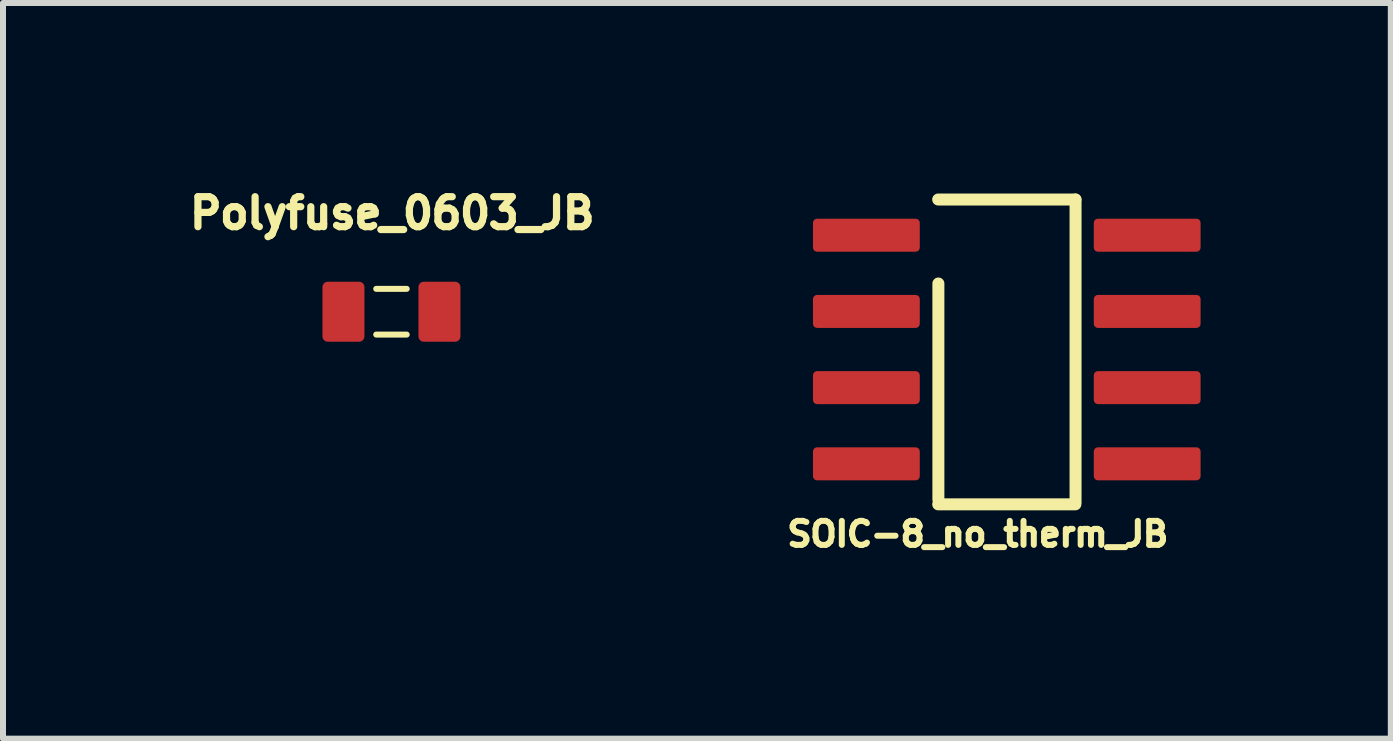
<source format=kicad_pcb>
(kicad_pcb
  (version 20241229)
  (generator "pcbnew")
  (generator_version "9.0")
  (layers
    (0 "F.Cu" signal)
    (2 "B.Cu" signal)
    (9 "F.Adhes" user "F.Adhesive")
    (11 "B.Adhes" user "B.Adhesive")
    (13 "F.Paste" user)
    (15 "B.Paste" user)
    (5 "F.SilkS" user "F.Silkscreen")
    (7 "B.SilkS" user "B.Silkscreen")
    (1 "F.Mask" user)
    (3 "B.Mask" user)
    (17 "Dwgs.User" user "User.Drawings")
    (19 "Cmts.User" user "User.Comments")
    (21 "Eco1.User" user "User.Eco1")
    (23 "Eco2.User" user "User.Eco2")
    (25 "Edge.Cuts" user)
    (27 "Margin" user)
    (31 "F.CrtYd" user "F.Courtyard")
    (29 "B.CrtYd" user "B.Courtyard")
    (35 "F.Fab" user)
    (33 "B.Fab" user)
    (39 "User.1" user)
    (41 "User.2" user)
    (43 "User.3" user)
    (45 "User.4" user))
  (footprint "SOIC-8_no_therm_JB"
    (layer "F.Cu")
    (at 13.729 2.775)
    (property "Reference" "SOIC-8_no_therm_JB" (at -0.483 3.076 0) (unlocked yes) (layer "F.SilkS") (effects (font (size 0.4 0.4) (thickness 0.1))))
    (fp_line (start -1.143 -2.5) (end 1.143 -2.5) (stroke (width 0.2) (type solid)) (layer "F.SilkS"))
    (fp_line (start -1.143 2.58) (end 1.143 2.58) (stroke (width 0.2) (type solid)) (layer "F.SilkS"))
    (fp_line (start -1.14 2.5) (end -1.14 -1.1) (stroke (width 0.2) (type solid)) (layer "F.SilkS"))
    (fp_line (start 1.146 2.54) (end 1.146 -2.5) (stroke (width 0.2) (type solid)) (layer "F.SilkS"))
    (fp_line (start -3.375 -2.75) (end 3.375 -2.75) (stroke (width 0.05) (type solid)) (layer "User.2"))
    (fp_line (start -3.375 2.75) (end -3.375 -2.75) (stroke (width 0.05) (type solid)) (layer "User.2"))
    (fp_line (start -3.375 2.75) (end 3.375 2.75) (stroke (width 0.05) (type solid)) (layer "User.2"))
    (fp_line (start 3.375 2.75) (end 3.375 -2.75) (stroke (width 0.05) (type solid)) (layer "User.2"))
    (fp_line (start -0.5 0) (end 0.5 0) (stroke (width 0.1) (type solid)) (layer "User.3"))
    (fp_line (start 0 0.5) (end 0 -0.5) (stroke (width 0.1) (type solid)) (layer "User.3"))
    (fp_line (start -1.95 -2.5) (end 1.95 -2.5) (stroke (width 0.1) (type solid)) (layer "User.4"))
    (fp_line (start -1.95 2.5) (end -1.95 -2.5) (stroke (width 0.1) (type solid)) (layer "User.4"))
    (fp_line (start -1.95 2.5) (end 1.95 2.5) (stroke (width 0.1) (type solid)) (layer "User.4"))
    (fp_line (start 1.95 2.5) (end 1.95 -2.5) (stroke (width 0.1) (type solid)) (layer "User.4"))
    (fp_circle (center -1.05 -1.6) (end -1.05 -2.1) (stroke (width 0.1) (type solid)) (fill no) (layer "User.4"))
    (fp_poly (pts (xy -3.175 -2.159) (xy -1.524 -2.159) (xy -1.524 -1.651) (xy -3.175 -1.651)) (stroke (width 0.1) (type default)) (fill no) (layer "User.6"))
    (pad "1" smd roundrect (at -2.34 -1.905 90) (size 0.55 1.78) (layers "F.Cu" "F.Mask" "F.Paste") (roundrect_rratio 0.125))
    (pad "2" smd roundrect (at -2.34 -0.635 90) (size 0.55 1.78) (layers "F.Cu" "F.Mask" "F.Paste") (roundrect_rratio 0.125))
    (pad "3" smd roundrect (at -2.34 0.635 90) (size 0.55 1.78) (layers "F.Cu" "F.Mask" "F.Paste") (roundrect_rratio 0.125))
    (pad "4" smd roundrect (at -2.34 1.905 90) (size 0.55 1.78) (layers "F.Cu" "F.Mask" "F.Paste") (roundrect_rratio 0.125))
    (pad "5" smd roundrect (at 2.34 1.905 90) (size 0.55 1.78) (layers "F.Cu" "F.Mask" "F.Paste") (roundrect_rratio 0.125))
    (pad "6" smd roundrect (at 2.34 0.635 90) (size 0.55 1.78) (layers "F.Cu" "F.Mask" "F.Paste") (roundrect_rratio 0.125))
    (pad "7" smd roundrect (at 2.34 -0.635 90) (size 0.55 1.78) (layers "F.Cu" "F.Mask" "F.Paste") (roundrect_rratio 0.125))
    (pad "8" smd roundrect (at 2.34 -1.905 90) (size 0.55 1.78) (layers "F.Cu" "F.Mask" "F.Paste") (roundrect_rratio 0.125)))
  (footprint "Polyfuse_0603_JB"
    (layer "F.Cu")
    (at 3.474 2.145)
    (property "Reference" "Polyfuse_0603_JB" (at 0.013 -1.642 0) (unlocked yes) (layer "F.SilkS") (effects (font (size 0.5 0.5) (thickness 0.12))))
    (fp_line (start -0.254 -0.381) (end 0.254 -0.381) (stroke (width 0.1) (type solid)) (layer "F.SilkS"))
    (fp_line (start -0.254 0.381) (end 0.254 0.381) (stroke (width 0.1) (type solid)) (layer "F.SilkS"))
    (fp_line (start -1.32 -0.675) (end -1.32 0.675) (stroke (width 0.05) (type solid)) (layer "User.2"))
    (fp_line (start -1.32 -0.675) (end 1.32 -0.675) (stroke (width 0.05) (type solid)) (layer "User.2"))
    (fp_line (start -1.32 0.675) (end 1.32 0.675) (stroke (width 0.05) (type solid)) (layer "User.2"))
    (fp_line (start 1.32 -0.675) (end 1.32 0.675) (stroke (width 0.05) (type solid)) (layer "User.2"))
    (fp_line (start -0.425 0) (end 0.425 0) (stroke (width 0.05) (type solid)) (layer "User.3"))
    (fp_line (start 0 -0.425) (end 0 0.425) (stroke (width 0.05) (type solid)) (layer "User.3"))
    (fp_poly (pts (xy -1.016 -0.381) (xy -0.508 -0.381) (xy -0.508 0.381) (xy -1.016 0.381)) (stroke (width 0.1) (type default)) (fill no) (layer "User.6"))
    (pad "1" smd roundrect (at -0.8 0 90) (size 1 0.7) (layers "F.Cu" "F.Mask" "F.Paste") (roundrect_rratio 0.125))
    (pad "2" smd roundrect (at 0.8 0 90) (size 1 0.7) (layers "F.Cu" "F.Mask" "F.Paste") (roundrect_rratio 0.125)))
  (gr_rect
    (start -3 -3)
    (end 20.129 9.261)
    (stroke (width 0.1) (type default))
    (fill no)
    (layer "Edge.Cuts")))
</source>
